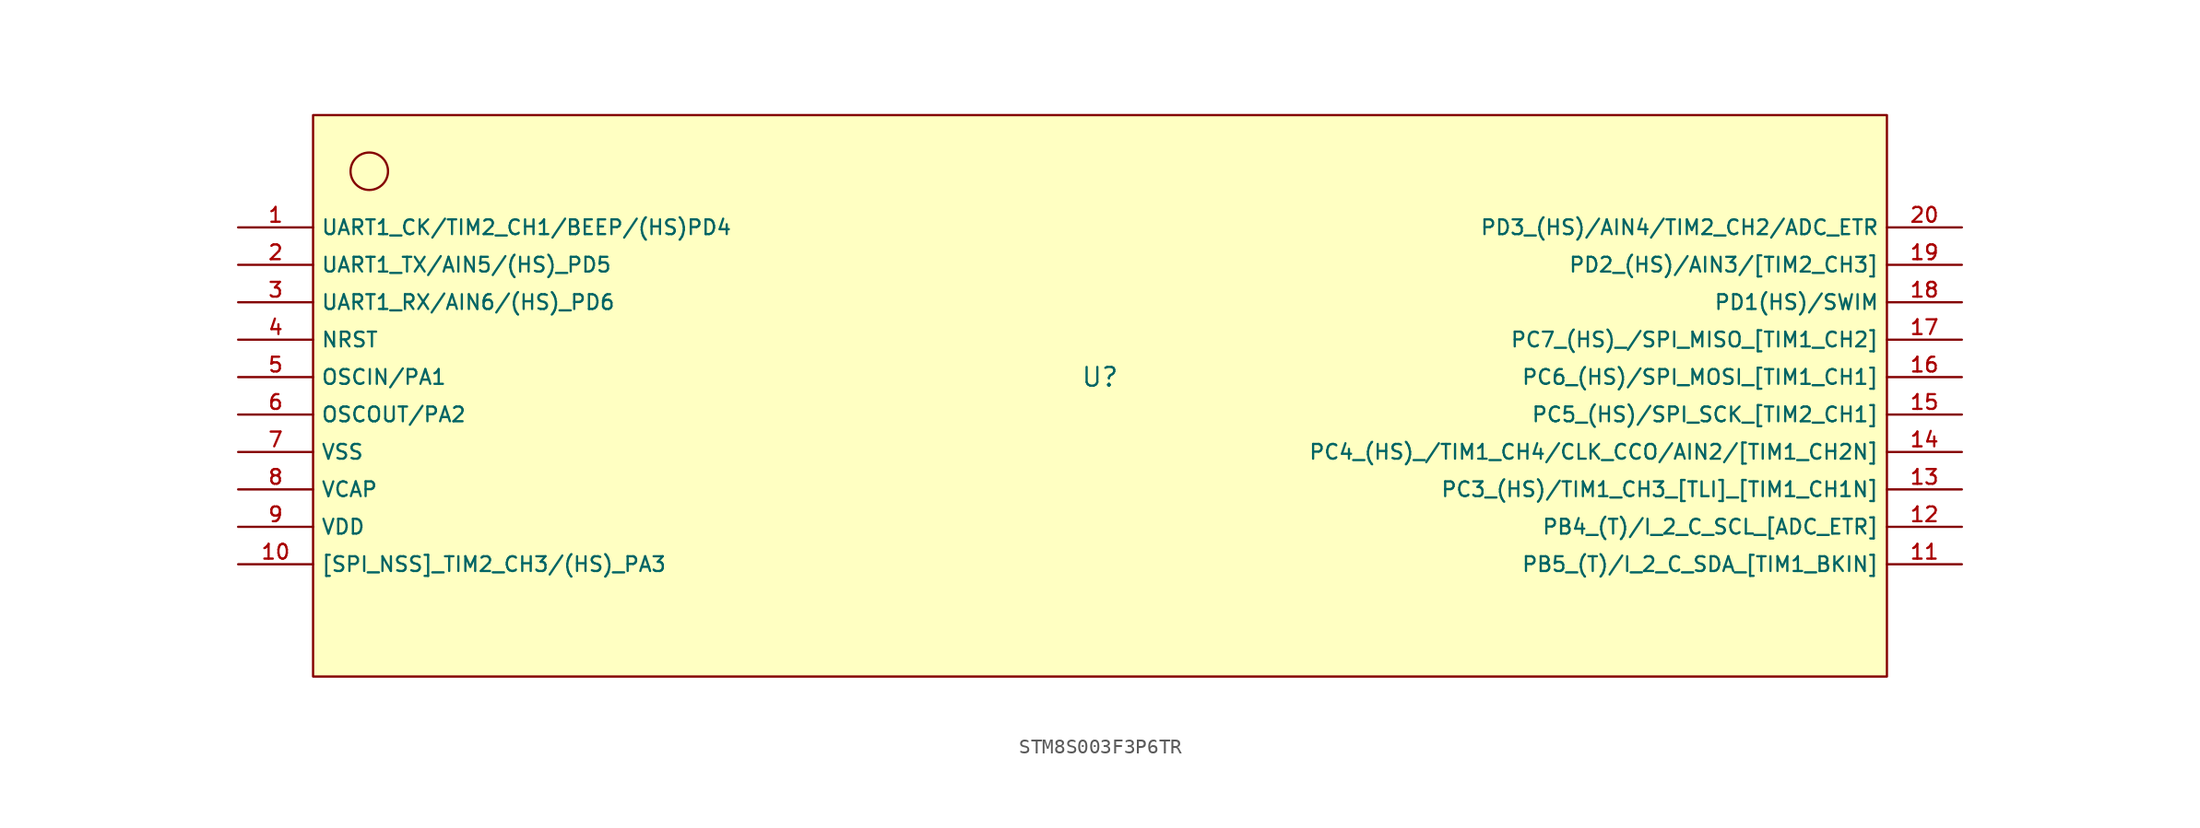
<source format=kicad_sym>
(kicad_symbol_lib
  (version 20210201)
  (generator TousstNicolas/JLC2KiCad_lib)
  (symbol "STM8S003F3P6TR"
    (property "Reference" "U"
      (at 0 1.27 0)
      (effects (font (size 1.27 1.27))))
    (symbol "STM8S003F3P6TR_0_1"
      (pin unspecified line (at -58.42 11.43 0) (length 5.08) (name "UART1_CK/TIM2_CH1/BEEP/(HS)PD4" (effects (font (size 1 1)))) (number "1" (effects (font (size 1 1)))))
      (pin unspecified line (at -58.42 8.89 0) (length 5.08) (name "UART1_TX/AIN5/(HS) PD5" (effects (font (size 1 1)))) (number "2" (effects (font (size 1 1)))))
      (pin unspecified line (at -58.42 6.35 0) (length 5.08) (name "UART1_RX/AIN6/(HS) PD6" (effects (font (size 1 1)))) (number "3" (effects (font (size 1 1)))))
      (pin unspecified line (at -58.42 3.81 0) (length 5.08) (name "NRST" (effects (font (size 1 1)))) (number "4" (effects (font (size 1 1)))))
      (pin unspecified line (at -58.42 1.27 0) (length 5.08) (name "OSCIN/PA1" (effects (font (size 1 1)))) (number "5" (effects (font (size 1 1)))))
      (pin unspecified line (at -58.42 -1.27 0) (length 5.08) (name "OSCOUT/PA2" (effects (font (size 1 1)))) (number "6" (effects (font (size 1 1)))))
      (pin unspecified line (at -58.42 -3.81 0) (length 5.08) (name "VSS" (effects (font (size 1 1)))) (number "7" (effects (font (size 1 1)))))
      (pin unspecified line (at -58.42 -6.35 0) (length 5.08) (name "VCAP" (effects (font (size 1 1)))) (number "8" (effects (font (size 1 1)))))
      (pin unspecified line (at -58.42 -8.89 0) (length 5.08) (name "VDD" (effects (font (size 1 1)))) (number "9" (effects (font (size 1 1)))))
      (pin unspecified line (at -58.42 -11.43 0) (length 5.08) (name "[SPI_NSS] TIM2_CH3/(HS) PA3" (effects (font (size 1 1)))) (number "10" (effects (font (size 1 1)))))
      (pin unspecified line (at 58.42 -11.43 180) (length 5.08) (name "PB5 (T)/I 2 C_SDA [TIM1_BKIN]" (effects (font (size 1 1)))) (number "11" (effects (font (size 1 1)))))
      (pin unspecified line (at 58.42 -8.89 180) (length 5.08) (name "PB4 (T)/I 2 C_SCL [ADC_ETR]" (effects (font (size 1 1)))) (number "12" (effects (font (size 1 1)))))
      (pin unspecified line (at 58.42 -6.35 180) (length 5.08) (name "PC3 (HS)/TIM1_CH3 [TLI] [TIM1_CH1N]" (effects (font (size 1 1)))) (number "13" (effects (font (size 1 1)))))
      (pin unspecified line (at 58.42 -3.81 180) (length 5.08) (name "PC4 (HS) /TIM1_CH4/CLK_CCO/AIN2/[TIM1_CH2N]" (effects (font (size 1 1)))) (number "14" (effects (font (size 1 1)))))
      (pin unspecified line (at 58.42 -1.27 180) (length 5.08) (name "PC5 (HS)/SPI_SCK [TIM2_CH1]" (effects (font (size 1 1)))) (number "15" (effects (font (size 1 1)))))
      (pin unspecified line (at 58.42 1.27 180) (length 5.08) (name "PC6 (HS)/SPI_MOSI [TIM1_CH1]" (effects (font (size 1 1)))) (number "16" (effects (font (size 1 1)))))
      (pin unspecified line (at 58.42 3.81 180) (length 5.08) (name "PC7 (HS) /SPI_MISO [TIM1_CH2]" (effects (font (size 1 1)))) (number "17" (effects (font (size 1 1)))))
      (pin unspecified line (at 58.42 6.35 180) (length 5.08) (name "PD1(HS)/SWIM" (effects (font (size 1 1)))) (number "18" (effects (font (size 1 1)))))
      (pin unspecified line (at 58.42 8.89 180) (length 5.08) (name "PD2 (HS)/AIN3/[TIM2_CH3]" (effects (font (size 1 1)))) (number "19" (effects (font (size 1 1)))))
      (pin unspecified line (at 58.42 11.43 180) (length 5.08) (name "PD3 (HS)/AIN4/TIM2_CH2/ADC_ETR" (effects (font (size 1 1)))) (number "20" (effects (font (size 1 1)))))
      (circle (center -49.53 15.24) (radius 1.27) (stroke (width 0) (type default) (color 0 0 0 0)) (fill (type background)))
      (rectangle (start -53.34 19.05) (end 53.34 -19.05) (stroke (width 0) (type default) (color 0 0 0 0)) (fill (type background))))))
</source>
